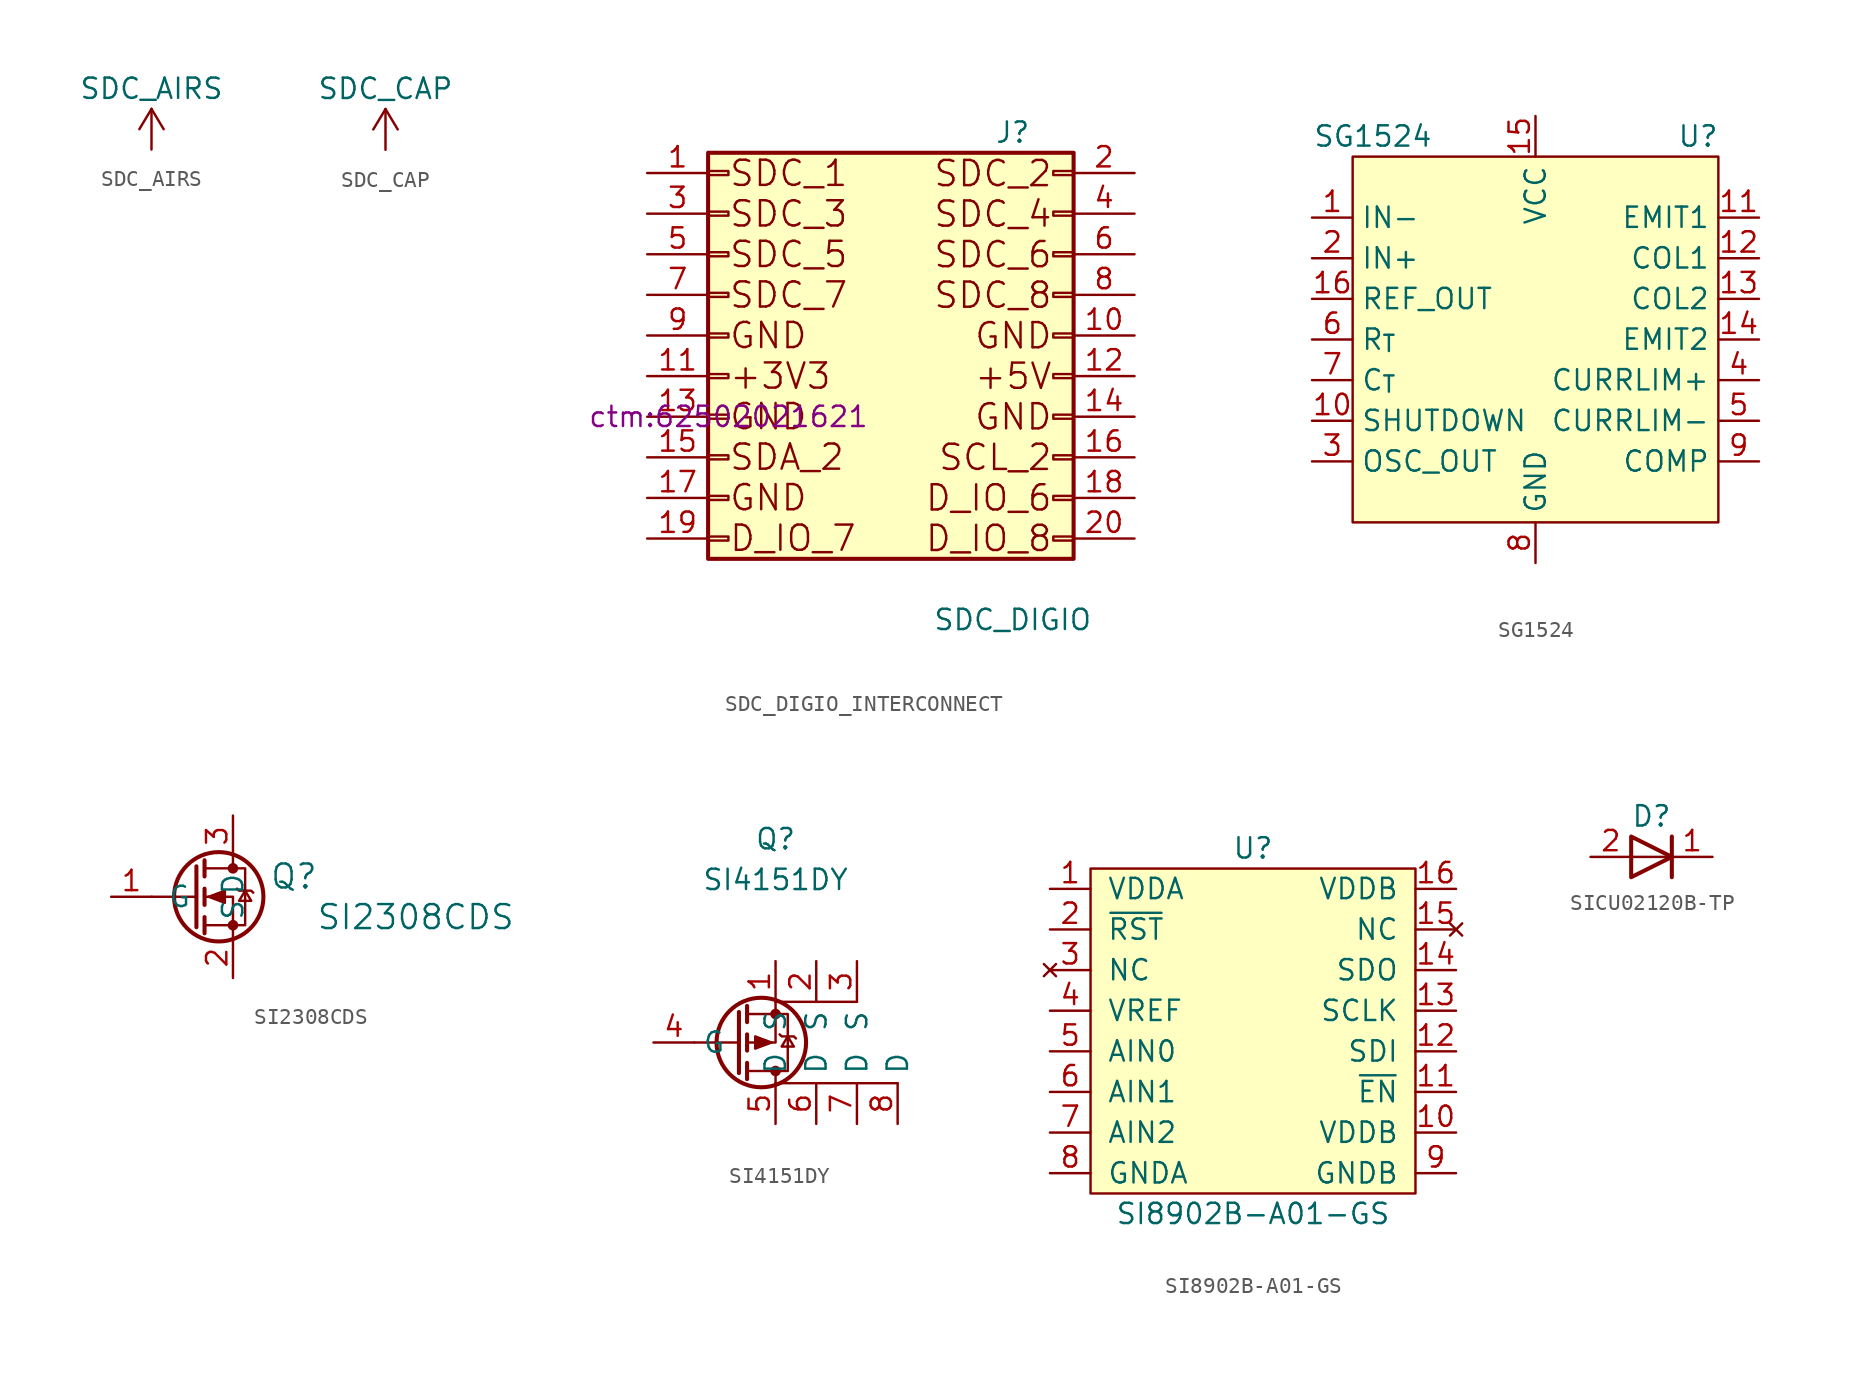
<source format=kicad_sym>
(kicad_symbol_lib
  (version 20231120)
  (generator "kicad_symbol_editor")
  (generator_version "8.0")
  (symbol "SDC_AIRS"
    (power)
    (pin_names
      (offset 0))
    (property "Reference" "#PWR"
      (at -7.62 -6.35 0)
      (effects (font (size 1.27 1.27)) (hide yes)))
    (property "Value" "SDC_AIRS"
      (at 0 3.81 0)
      (effects (font (size 1.27 1.27))))
    (symbol "SDC_AIRS_0_1"
      (polyline (pts (xy -0.762 1.27) (xy 0 2.54)) (stroke (width 0) (type default)) (fill (type none)))
      (polyline (pts (xy 0 0) (xy 0 2.54)) (stroke (width 0) (type default)) (fill (type none)))
      (polyline (pts (xy 0 2.54) (xy 0.762 1.27)) (stroke (width 0) (type default)) (fill (type none))))
    (symbol "SDC_AIRS_1_1"
      (pin power_in line (at 0 0 90) (length 2.54) hide (name "SDC_ARIS" (effects (font (size 1.27 1.27)))) (number "1" (effects (font (size 1.27 1.27)))))))
  (symbol "SDC_CAP"
    (power)
    (pin_names
      (offset 0))
    (property "Reference" "#PWR"
      (at 0 -3.81 0)
      (effects (font (size 1.27 1.27)) (hide yes)))
    (property "Value" "SDC_CAP"
      (at 0 3.81 0)
      (effects (font (size 1.27 1.27))))
    (symbol "SDC_CAP_0_1"
      (polyline (pts (xy -0.762 1.27) (xy 0 2.54)) (stroke (width 0) (type default)) (fill (type none)))
      (polyline (pts (xy 0 0) (xy 0 2.54)) (stroke (width 0) (type default)) (fill (type none)))
      (polyline (pts (xy 0 2.54) (xy 0.762 1.27)) (stroke (width 0) (type default)) (fill (type none))))
    (symbol "SDC_CAP_1_1"
      (pin power_in line (at 0 0 90) (length 0) hide (name "SDC_CAP" (effects (font (size 1.27 1.27)))) (number "1" (effects (font (size 1.27 1.27)))))))
  (symbol "SDC_DIGIO_INTERCONNECT"
    (pin_names
      (offset 1.016) hide)
    (property "Reference" "J"
      (at 7.62 13.97 0)
      (effects (font (size 1.27 1.27))))
    (property "Value" "SDC_DIGIO"
      (at 7.62 -16.51 0)
      (effects (font (size 1.27 1.27))))
    (property "Footprint" "ctm:62502021621"
      (at -10.16 -3.81 0)
      (effects (font (size 1.27 1.27))))
    (symbol "SDC_DIGIO_INTERCONNECT_1_1"
      (rectangle (start -11.43 -11.303) (end -10.16 -11.557) (stroke (width 0.152) (type default)) (fill (type none)))
      (rectangle (start -11.43 -8.763) (end -10.16 -9.017) (stroke (width 0.152) (type default)) (fill (type none)))
      (rectangle (start -11.43 -6.223) (end -10.16 -6.477) (stroke (width 0.152) (type default)) (fill (type none)))
      (rectangle (start -11.43 -3.683) (end -10.16 -3.937) (stroke (width 0.152) (type default)) (fill (type none)))
      (rectangle (start -11.43 -1.143) (end -10.16 -1.397) (stroke (width 0.152) (type default)) (fill (type none)))
      (rectangle (start -11.43 1.397) (end -10.16 1.143) (stroke (width 0.152) (type default)) (fill (type none)))
      (rectangle (start -11.43 3.937) (end -10.16 3.683) (stroke (width 0.152) (type default)) (fill (type none)))
      (rectangle (start -11.43 6.477) (end -10.16 6.223) (stroke (width 0.152) (type default)) (fill (type none)))
      (rectangle (start -11.43 9.017) (end -10.16 8.763) (stroke (width 0.152) (type default)) (fill (type none)))
      (rectangle (start -11.43 11.557) (end -10.16 11.303) (stroke (width 0.152) (type default)) (fill (type none)))
      (rectangle (start -11.43 12.7) (end 11.43 -12.7) (stroke (width 0.254) (type default)) (fill (type background)))
      (rectangle (start 11.43 -11.303) (end 10.16 -11.557) (stroke (width 0.152) (type default)) (fill (type none)))
      (rectangle (start 11.43 -8.763) (end 10.16 -9.017) (stroke (width 0.152) (type default)) (fill (type none)))
      (rectangle (start 11.43 -6.223) (end 10.16 -6.477) (stroke (width 0.152) (type default)) (fill (type none)))
      (rectangle (start 11.43 -3.683) (end 10.16 -3.937) (stroke (width 0.152) (type default)) (fill (type none)))
      (rectangle (start 11.43 -1.143) (end 10.16 -1.397) (stroke (width 0.152) (type default)) (fill (type none)))
      (rectangle (start 11.43 1.397) (end 10.16 1.143) (stroke (width 0.152) (type default)) (fill (type none)))
      (rectangle (start 11.43 3.937) (end 10.16 3.683) (stroke (width 0.152) (type default)) (fill (type none)))
      (rectangle (start 11.43 6.477) (end 10.16 6.223) (stroke (width 0.152) (type default)) (fill (type none)))
      (rectangle (start 11.43 9.017) (end 10.16 8.763) (stroke (width 0.152) (type default)) (fill (type none)))
      (rectangle (start 11.43 11.557) (end 10.16 11.303) (stroke (width 0.152) (type default)) (fill (type none)))
      (text "SDC_1\nSDC_3\nSDC_5\nSDC_7\nGND\n+3V3\nGND\nSDA_2\nGND\nD_IO_7" (at -10.16 0 0) (effects (font (size 1.575 1.575)) (justify left)))
      (text "SDC_2\nSDC_4\nSDC_6\nSDC_8\nGND\n+5V\nGND\nSCL_2\nD_IO_6\nD_IO_8" (at 10.16 12.319 0) (effects (font (size 1.575 1.575)) (justify right top)))
      (pin passive line (at -15.24 11.43 0) (length 3.81) (name "Pin_1" (effects (font (size 1.27 1.27)))) (number "1" (effects (font (size 1.27 1.27)))))
      (pin passive line (at 15.24 1.27 180) (length 3.81) (name "Pin_10" (effects (font (size 1.27 1.27)))) (number "10" (effects (font (size 1.27 1.27)))))
      (pin passive line (at -15.24 -1.27 0) (length 3.81) (name "Pin_11" (effects (font (size 1.27 1.27)))) (number "11" (effects (font (size 1.27 1.27)))))
      (pin passive line (at 15.24 -1.27 180) (length 3.81) (name "Pin_12" (effects (font (size 1.27 1.27)))) (number "12" (effects (font (size 1.27 1.27)))))
      (pin passive line (at -15.24 -3.81 0) (length 3.81) (name "Pin_13" (effects (font (size 1.27 1.27)))) (number "13" (effects (font (size 1.27 1.27)))))
      (pin passive line (at 15.24 -3.81 180) (length 3.81) (name "Pin_14" (effects (font (size 1.27 1.27)))) (number "14" (effects (font (size 1.27 1.27)))))
      (pin passive line (at -15.24 -6.35 0) (length 3.81) (name "Pin_15" (effects (font (size 1.27 1.27)))) (number "15" (effects (font (size 1.27 1.27)))))
      (pin passive line (at 15.24 -6.35 180) (length 3.81) (name "Pin_16" (effects (font (size 1.27 1.27)))) (number "16" (effects (font (size 1.27 1.27)))))
      (pin passive line (at -15.24 -8.89 0) (length 3.81) (name "Pin_17" (effects (font (size 1.27 1.27)))) (number "17" (effects (font (size 1.27 1.27)))))
      (pin passive line (at 15.24 -8.89 180) (length 3.81) (name "Pin_18" (effects (font (size 1.27 1.27)))) (number "18" (effects (font (size 1.27 1.27)))))
      (pin passive line (at -15.24 -11.43 0) (length 3.81) (name "Pin_19" (effects (font (size 1.27 1.27)))) (number "19" (effects (font (size 1.27 1.27)))))
      (pin passive line (at 15.24 11.43 180) (length 3.81) (name "Pin_2" (effects (font (size 1.27 1.27)))) (number "2" (effects (font (size 1.27 1.27)))))
      (pin passive line (at 15.24 -11.43 180) (length 3.81) (name "Pin_20" (effects (font (size 1.27 1.27)))) (number "20" (effects (font (size 1.27 1.27)))))
      (pin passive line (at -15.24 8.89 0) (length 3.81) (name "Pin_3" (effects (font (size 1.27 1.27)))) (number "3" (effects (font (size 1.27 1.27)))))
      (pin passive line (at 15.24 8.89 180) (length 3.81) (name "Pin_4" (effects (font (size 1.27 1.27)))) (number "4" (effects (font (size 1.27 1.27)))))
      (pin passive line (at -15.24 6.35 0) (length 3.81) (name "Pin_5" (effects (font (size 1.27 1.27)))) (number "5" (effects (font (size 1.27 1.27)))))
      (pin passive line (at 15.24 6.35 180) (length 3.81) (name "Pin_6" (effects (font (size 1.27 1.27)))) (number "6" (effects (font (size 1.27 1.27)))))
      (pin passive line (at -15.24 3.81 0) (length 3.81) (name "Pin_7" (effects (font (size 1.27 1.27)))) (number "7" (effects (font (size 1.27 1.27)))))
      (pin passive line (at 15.24 3.81 180) (length 3.81) (name "Pin_8" (effects (font (size 1.27 1.27)))) (number "8" (effects (font (size 1.27 1.27)))))
      (pin passive line (at -15.24 1.27 0) (length 3.81) (name "Pin_9" (effects (font (size 1.27 1.27)))) (number "9" (effects (font (size 1.27 1.27)))))))
  (symbol "SG1524"
    (property "Reference" "U"
      (at 10.16 12.7 0)
      (effects (font (size 1.27 1.27))))
    (property "Value" "SG1524"
      (at -10.16 12.7 0)
      (effects (font (size 1.27 1.27))))
    (symbol "SG1524_0_1"
      (rectangle (start -11.43 11.43) (end 11.43 -11.43) (stroke (width 0) (type default)) (fill (type background))))
    (symbol "SG1524_1_1"
      (pin input line (at -13.97 7.62 0) (length 2.54) (name "IN-" (effects (font (size 1.27 1.27)))) (number "1" (effects (font (size 1.27 1.27)))))
      (pin input line (at -13.97 -5.08 0) (length 2.54) (name "SHUTDOWN" (effects (font (size 1.27 1.27)))) (number "10" (effects (font (size 1.27 1.27)))))
      (pin open_emitter line (at 13.97 7.62 180) (length 2.54) (name "EMIT1" (effects (font (size 1.27 1.27)))) (number "11" (effects (font (size 1.27 1.27)))))
      (pin open_collector line (at 13.97 5.08 180) (length 2.54) (name "COL1" (effects (font (size 1.27 1.27)))) (number "12" (effects (font (size 1.27 1.27)))))
      (pin open_collector line (at 13.97 2.54 180) (length 2.54) (name "COL2" (effects (font (size 1.27 1.27)))) (number "13" (effects (font (size 1.27 1.27)))))
      (pin open_emitter line (at 13.97 0 180) (length 2.54) (name "EMIT2" (effects (font (size 1.27 1.27)))) (number "14" (effects (font (size 1.27 1.27)))))
      (pin power_in line (at 0 13.97 270) (length 2.54) (name "VCC" (effects (font (size 1.27 1.27)))) (number "15" (effects (font (size 1.27 1.27)))))
      (pin output line (at -13.97 2.54 0) (length 2.54) (name "REF_OUT" (effects (font (size 1.27 1.27)))) (number "16" (effects (font (size 1.27 1.27)))))
      (pin input line (at -13.97 5.08 0) (length 2.54) (name "IN+" (effects (font (size 1.27 1.27)))) (number "2" (effects (font (size 1.27 1.27)))))
      (pin output line (at -13.97 -7.62 0) (length 2.54) (name "OSC_OUT" (effects (font (size 1.27 1.27)))) (number "3" (effects (font (size 1.27 1.27)))))
      (pin input line (at 13.97 -2.54 180) (length 2.54) (name "CURRLIM+" (effects (font (size 1.27 1.27)))) (number "4" (effects (font (size 1.27 1.27)))))
      (pin input line (at 13.97 -5.08 180) (length 2.54) (name "CURRLIM-" (effects (font (size 1.27 1.27)))) (number "5" (effects (font (size 1.27 1.27)))))
      (pin passive line (at -13.97 0 0) (length 2.54) (name "R_{T}" (effects (font (size 1.27 1.27)))) (number "6" (effects (font (size 1.27 1.27)))))
      (pin passive line (at -13.97 -2.54 0) (length 2.54) (name "C_{T}" (effects (font (size 1.27 1.27)))) (number "7" (effects (font (size 1.27 1.27)))))
      (pin power_in line (at 0 -13.97 90) (length 2.54) (name "GND" (effects (font (size 1.27 1.27)))) (number "8" (effects (font (size 1.27 1.27)))))
      (pin bidirectional line (at 13.97 -7.62 180) (length 2.54) (name "COMP" (effects (font (size 1.27 1.27)))) (number "9" (effects (font (size 1.27 1.27)))))))
  (symbol "SI2308CDS"
    (pin_names
      (offset 1.016))
    (property "Reference" "Q"
      (at 5.08 1.27 0)
      (effects (font (size 1.499 1.499))))
    (property "Value" "SI2308CDS"
      (at 12.7 -1.27 0)
      (effects (font (size 1.499 1.499))))
    (symbol "SI2308CDS_1_1"
      (polyline (pts (xy -1.016 0) (xy -3.81 0)) (stroke (width 0) (type default)) (fill (type none)))
      (polyline (pts (xy -1.016 1.905) (xy -1.016 -1.905)) (stroke (width 0.254) (type default)) (fill (type none)))
      (polyline (pts (xy -0.508 -1.27) (xy -0.508 -2.286)) (stroke (width 0.254) (type default)) (fill (type none)))
      (polyline (pts (xy -0.508 0.508) (xy -0.508 -0.508)) (stroke (width 0.254) (type default)) (fill (type none)))
      (polyline (pts (xy -0.508 2.286) (xy -0.508 1.27)) (stroke (width 0.254) (type default)) (fill (type none)))
      (polyline (pts (xy 1.27 2.54) (xy 1.27 1.778)) (stroke (width 0) (type default)) (fill (type none)))
      (polyline (pts (xy 1.27 -2.54) (xy 1.27 0) (xy -0.508 0)) (stroke (width 0) (type default)) (fill (type none)))
      (polyline (pts (xy -0.508 -1.778) (xy 2.032 -1.778) (xy 2.032 1.778) (xy -0.508 1.778)) (stroke (width 0) (type default)) (fill (type none)))
      (polyline (pts (xy -0.254 0) (xy 0.762 0.381) (xy 0.762 -0.381) (xy -0.254 0)) (stroke (width 0) (type default)) (fill (type outline)))
      (polyline (pts (xy 1.524 0.508) (xy 1.651 0.381) (xy 2.413 0.381) (xy 2.54 0.254)) (stroke (width 0) (type default)) (fill (type none)))
      (polyline (pts (xy 2.032 0.381) (xy 1.651 -0.254) (xy 2.413 -0.254) (xy 2.032 0.381)) (stroke (width 0) (type default)) (fill (type none)))
      (circle (center 0.381 0) (radius 2.794) (stroke (width 0.254) (type default)) (fill (type none)))
      (circle (center 1.27 -1.778) (radius 0.254) (stroke (width 0) (type default)) (fill (type outline)))
      (circle (center 1.27 1.778) (radius 0.254) (stroke (width 0) (type default)) (fill (type outline)))
      (pin input line (at -6.35 0 0) (length 2.54) (name "G" (effects (font (size 1.27 1.27)))) (number "1" (effects (font (size 1.27 1.27)))))
      (pin passive line (at 1.27 -5.08 90) (length 2.54) (name "S" (effects (font (size 1.27 1.27)))) (number "2" (effects (font (size 1.27 1.27)))))
      (pin passive line (at 1.27 5.08 270) (length 2.54) (name "D" (effects (font (size 1.27 1.27)))) (number "3" (effects (font (size 1.27 1.27)))))))
  (symbol "SI4151DY"
    (property "Reference" "Q"
      (at 0 1.27 0)
      (effects (font (size 1.27 1.27))))
    (property "Value" "SI4151DY"
      (at 0 -1.27 0)
      (effects (font (size 1.27 1.27))))
    (symbol "SI4151DY_0_1"
      (polyline (pts (xy 0 -8.89) (xy 5.08 -8.89)) (stroke (width 0) (type default)) (fill (type none)))
      (polyline (pts (xy 7.62 -13.97) (xy 0 -13.97)) (stroke (width 0) (type default)) (fill (type none))))
    (symbol "SI4151DY_1_1"
      (circle (center -0.889 -11.43) (radius 2.794) (stroke (width 0.254) (type default)) (fill (type none)))
      (circle (center 0 -13.208) (radius 0.254) (stroke (width 0) (type default)) (fill (type outline)))
      (circle (center 0 -9.652) (radius 0.254) (stroke (width 0) (type default)) (fill (type outline)))
      (polyline (pts (xy -2.286 -13.335) (xy -2.286 -9.525)) (stroke (width 0.254) (type default)) (fill (type none)))
      (polyline (pts (xy -2.286 -11.43) (xy -5.08 -11.43)) (stroke (width 0) (type default)) (fill (type none)))
      (polyline (pts (xy -1.778 -13.716) (xy -1.778 -12.7)) (stroke (width 0.254) (type default)) (fill (type none)))
      (polyline (pts (xy -1.778 -11.938) (xy -1.778 -10.922)) (stroke (width 0.254) (type default)) (fill (type none)))
      (polyline (pts (xy -1.778 -10.16) (xy -1.778 -9.144)) (stroke (width 0.254) (type default)) (fill (type none)))
      (polyline (pts (xy 0 -13.97) (xy 0 -13.208)) (stroke (width 0) (type default)) (fill (type none)))
      (polyline (pts (xy 0 -8.89) (xy 0 -11.43) (xy -1.778 -11.43)) (stroke (width 0) (type default)) (fill (type none)))
      (polyline (pts (xy -1.778 -13.208) (xy 0.762 -13.208) (xy 0.762 -9.652) (xy -1.778 -9.652)) (stroke (width 0) (type default)) (fill (type none)))
      (polyline (pts (xy -0.254 -11.43) (xy -1.27 -11.811) (xy -1.27 -11.049) (xy -0.254 -11.43)) (stroke (width 0) (type default)) (fill (type outline)))
      (polyline (pts (xy 0.254 -10.922) (xy 0.381 -11.049) (xy 1.143 -11.049) (xy 1.27 -11.176)) (stroke (width 0) (type default)) (fill (type none)))
      (polyline (pts (xy 0.762 -11.049) (xy 0.381 -11.684) (xy 1.143 -11.684) (xy 0.762 -11.049)) (stroke (width 0) (type default)) (fill (type none)))
      (pin passive line (at 0 -6.35 270) (length 2.54) (name "S" (effects (font (size 1.27 1.27)))) (number "1" (effects (font (size 1.27 1.27)))))
      (pin input line (at 2.54 -6.35 270) (length 2.54) (name "S" (effects (font (size 1.27 1.27)))) (number "2" (effects (font (size 1.27 1.27)))))
      (pin input line (at 5.08 -6.35 270) (length 2.54) (name "S" (effects (font (size 1.27 1.27)))) (number "3" (effects (font (size 1.27 1.27)))))
      (pin input line (at -7.62 -11.43 0) (length 2.54) (name "G" (effects (font (size 1.27 1.27)))) (number "4" (effects (font (size 1.27 1.27)))))
      (pin passive line (at 0 -16.51 90) (length 2.54) (name "D" (effects (font (size 1.27 1.27)))) (number "5" (effects (font (size 1.27 1.27)))))
      (pin passive line (at 2.54 -16.51 90) (length 2.54) (name "D" (effects (font (size 1.27 1.27)))) (number "6" (effects (font (size 1.27 1.27)))))
      (pin passive line (at 5.08 -16.51 90) (length 2.54) (name "D" (effects (font (size 1.27 1.27)))) (number "7" (effects (font (size 1.27 1.27)))))
      (pin passive line (at 7.62 -16.51 90) (length 2.54) (name "D" (effects (font (size 1.27 1.27)))) (number "8" (effects (font (size 1.27 1.27)))))))
  (symbol "SI8902B-A01-GS"
    (pin_names
      (offset 1.016))
    (property "Reference" "U"
      (at 0 11.43 0)
      (effects (font (size 1.27 1.27))))
    (property "Value" "SI8902B-A01-GS"
      (at 0 -11.43 0)
      (effects (font (size 1.27 1.27))))
    (symbol "SI8902B-A01-GS_0_0"
      (pin power_in line (at -12.7 8.89 0) (length 2.54) (name "VDDA" (effects (font (size 1.27 1.27)))) (number "1" (effects (font (size 1.27 1.27)))))
      (pin power_in line (at 12.7 -6.35 180) (length 2.54) (name "VDDB" (effects (font (size 1.27 1.27)))) (number "10" (effects (font (size 1.27 1.27)))))
      (pin input line (at 12.7 -3.81 180) (length 2.54) (name "~{EN}" (effects (font (size 1.27 1.27)))) (number "11" (effects (font (size 1.27 1.27)))))
      (pin input line (at 12.7 -1.27 180) (length 2.54) (name "SDI" (effects (font (size 1.27 1.27)))) (number "12" (effects (font (size 1.27 1.27)))))
      (pin input line (at 12.7 1.27 180) (length 2.54) (name "SCLK" (effects (font (size 1.27 1.27)))) (number "13" (effects (font (size 1.27 1.27)))))
      (pin output line (at 12.7 3.81 180) (length 2.54) (name "SDO" (effects (font (size 1.27 1.27)))) (number "14" (effects (font (size 1.27 1.27)))))
      (pin no_connect line (at 12.7 6.35 180) (length 2.54) (name "NC" (effects (font (size 1.27 1.27)))) (number "15" (effects (font (size 1.27 1.27)))))
      (pin power_in line (at 12.7 8.89 180) (length 2.54) (name "VDDB" (effects (font (size 1.27 1.27)))) (number "16" (effects (font (size 1.27 1.27)))))
      (pin input line (at -12.7 6.35 0) (length 2.54) (name "~{RST}" (effects (font (size 1.27 1.27)))) (number "2" (effects (font (size 1.27 1.27)))))
      (pin no_connect line (at -12.7 3.81 0) (length 2.54) (name "NC" (effects (font (size 1.27 1.27)))) (number "3" (effects (font (size 1.27 1.27)))))
      (pin input line (at -12.7 1.27 0) (length 2.54) (name "VREF" (effects (font (size 1.27 1.27)))) (number "4" (effects (font (size 1.27 1.27)))))
      (pin input line (at -12.7 -1.27 0) (length 2.54) (name "AIN0" (effects (font (size 1.27 1.27)))) (number "5" (effects (font (size 1.27 1.27)))))
      (pin input line (at -12.7 -3.81 0) (length 2.54) (name "AIN1" (effects (font (size 1.27 1.27)))) (number "6" (effects (font (size 1.27 1.27)))))
      (pin input line (at -12.7 -6.35 0) (length 2.54) (name "AIN2" (effects (font (size 1.27 1.27)))) (number "7" (effects (font (size 1.27 1.27)))))
      (pin power_in line (at -12.7 -8.89 0) (length 2.54) (name "GNDA" (effects (font (size 1.27 1.27)))) (number "8" (effects (font (size 1.27 1.27)))))
      (pin power_in line (at 12.7 -8.89 180) (length 2.54) (name "GNDB" (effects (font (size 1.27 1.27)))) (number "9" (effects (font (size 1.27 1.27))))))
    (symbol "SI8902B-A01-GS_0_1"
      (rectangle (start -10.16 10.16) (end 10.16 -10.16) (stroke (width 0) (type default)) (fill (type background)))))
  (symbol "SICU02120B-TP"
    (property "Reference" "D"
      (at 0 2.54 0)
      (effects (font (size 1.27 1.27))))
    (property "Value" ""
      (at 0 2.54 0)
      (effects (font (size 1.27 1.27))))
    (symbol "SICU02120B-TP_1_1"
      (polyline (pts (xy -1.27 0) (xy 1.27 0)) (stroke (width 0) (type default)) (fill (type none)))
      (polyline (pts (xy 1.27 1.27) (xy 1.27 -1.27)) (stroke (width 0.254) (type default)) (fill (type none)))
      (polyline (pts (xy -1.27 1.27) (xy -1.27 -1.27) (xy 1.27 0) (xy -1.27 1.27)) (stroke (width 0.254) (type default)) (fill (type none)))
      (pin passive line (at 3.81 0 180) (length 2.54) (name "" (effects (font (size 1.27 1.27)))) (number "1" (effects (font (size 1.27 1.27)))))
      (pin passive line (at -3.81 0 0) (length 2.54) (name "" (effects (font (size 1.27 1.27)))) (number "2" (effects (font (size 1.27 1.27))))))))
</source>
